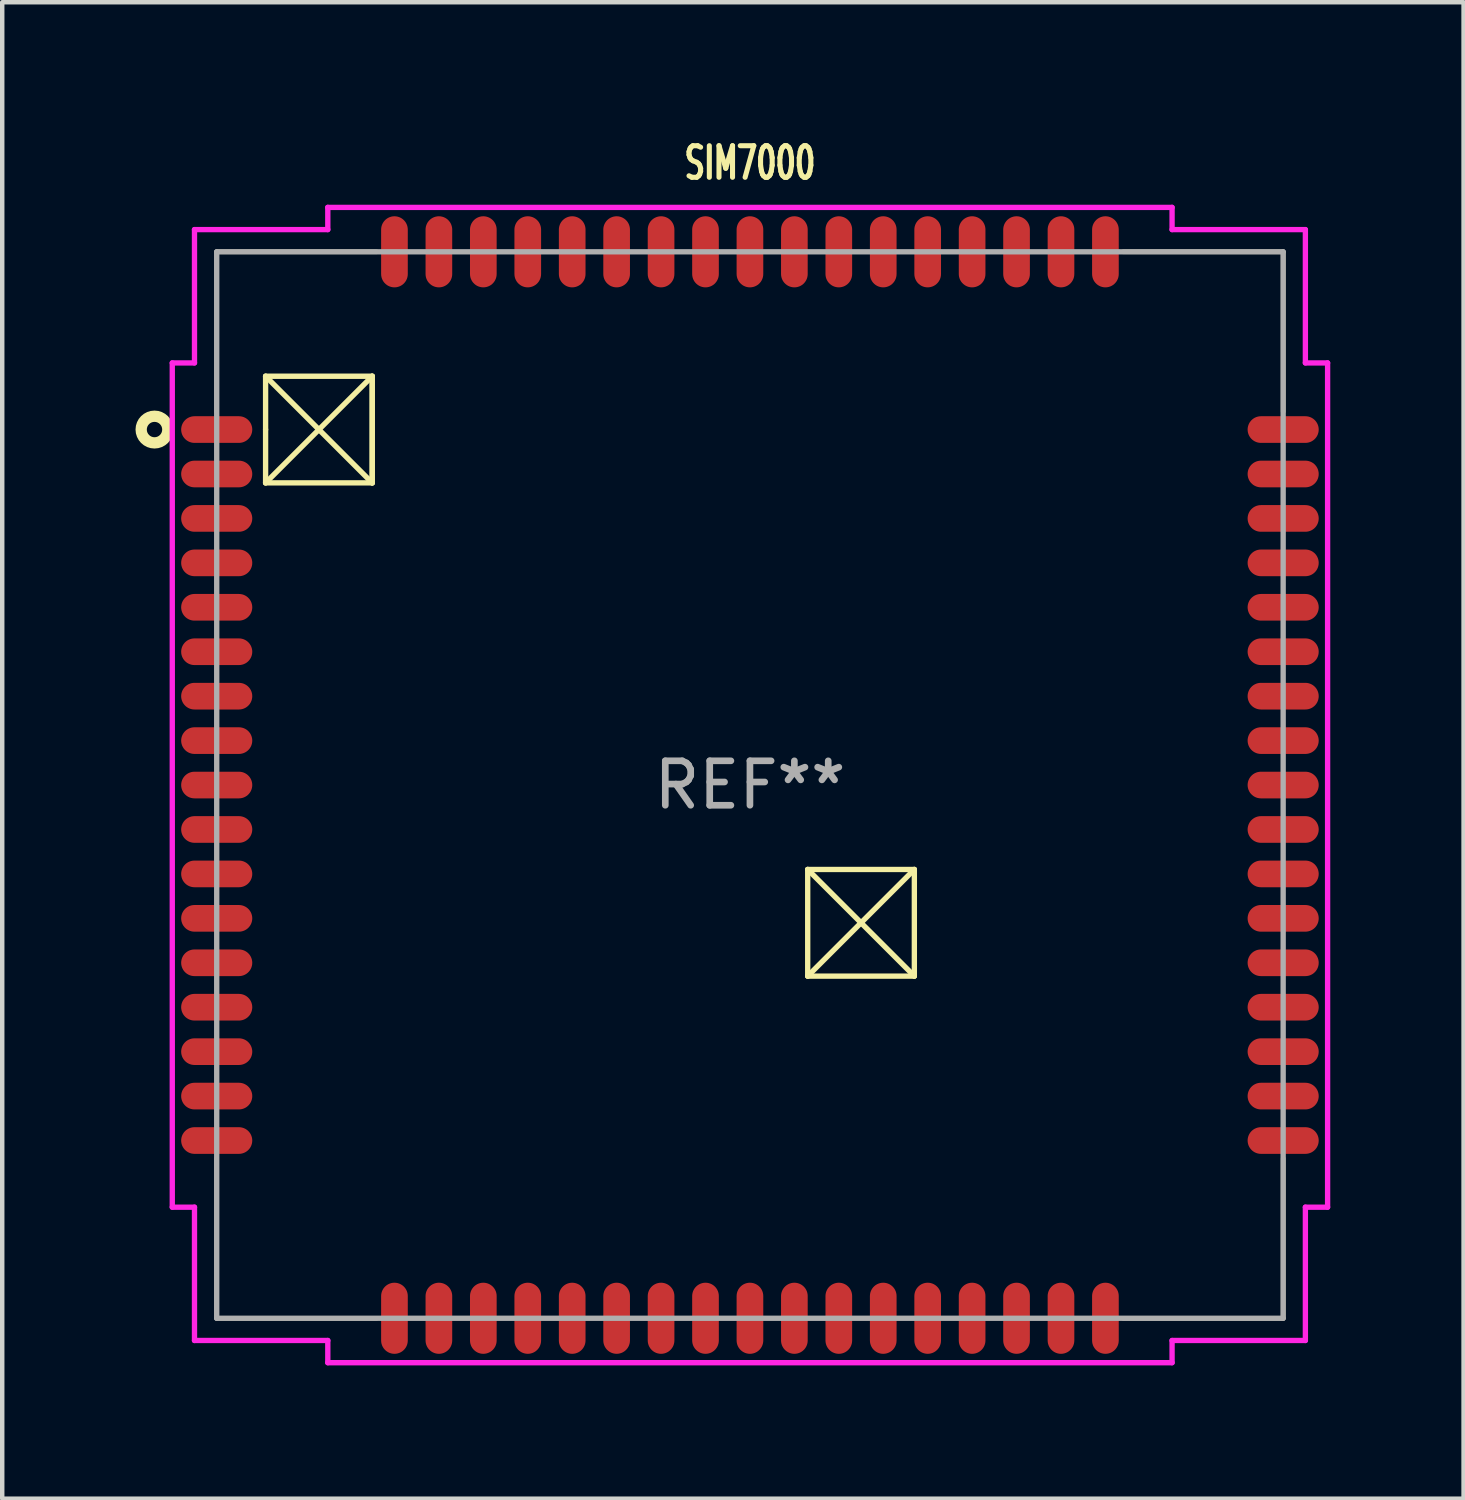
<source format=kicad_pcb>
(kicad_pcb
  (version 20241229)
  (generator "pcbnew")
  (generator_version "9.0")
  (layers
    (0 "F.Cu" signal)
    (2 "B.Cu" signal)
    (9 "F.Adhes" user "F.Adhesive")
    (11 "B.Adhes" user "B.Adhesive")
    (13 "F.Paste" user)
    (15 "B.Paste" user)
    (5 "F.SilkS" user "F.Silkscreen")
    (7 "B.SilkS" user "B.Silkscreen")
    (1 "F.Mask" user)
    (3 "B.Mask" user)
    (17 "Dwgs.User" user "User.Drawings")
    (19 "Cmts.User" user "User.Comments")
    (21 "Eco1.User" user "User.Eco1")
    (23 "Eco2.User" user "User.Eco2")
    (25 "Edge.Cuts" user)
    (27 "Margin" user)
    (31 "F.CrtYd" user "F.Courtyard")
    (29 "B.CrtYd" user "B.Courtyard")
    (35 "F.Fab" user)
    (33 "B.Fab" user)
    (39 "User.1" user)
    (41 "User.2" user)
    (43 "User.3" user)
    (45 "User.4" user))
  (footprint "SIM7000"
    (layer "F.Cu")
    (at 13.827 14.617)
    (property "Reference" "SIM7000" (at 0 -14 0) (layer "F.SilkS") (effects (font (size 0.711 0.457) (thickness 0.114))))
    (attr through_hole)
    (fp_line (start -12 -12) (end -12 -8.4) (stroke (width 0.102) (type solid)) (layer "F.SilkS"))
    (fp_line (start -12 12) (end -12 8.4) (stroke (width 0.102) (type solid)) (layer "F.SilkS"))
    (fp_line (start -10.9 -9.2) (end -8.5 -9.2) (stroke (width 0.12) (type solid)) (layer "F.SilkS"))
    (fp_line (start -10.9 -9.2) (end -8.5 -6.8) (stroke (width 0.12) (type solid)) (layer "F.SilkS"))
    (fp_line (start -10.9 -8) (end -10.9 -9.2) (stroke (width 0.12) (type solid)) (layer "F.SilkS"))
    (fp_line (start -10.9 -6.8) (end -10.9 -8) (stroke (width 0.12) (type solid)) (layer "F.SilkS"))
    (fp_line (start -8.5 -9.2) (end -10.9 -6.8) (stroke (width 0.12) (type solid)) (layer "F.SilkS"))
    (fp_line (start -8.5 -9.2) (end -8.5 -6.8) (stroke (width 0.12) (type solid)) (layer "F.SilkS"))
    (fp_line (start -8.5 -6.8) (end -10.9 -6.8) (stroke (width 0.12) (type solid)) (layer "F.SilkS"))
    (fp_line (start -8.5 -6.8) (end -8.5 -9.2) (stroke (width 0.12) (type solid)) (layer "F.SilkS"))
    (fp_line (start -8.4 -12) (end -12 -12) (stroke (width 0.102) (type solid)) (layer "F.SilkS"))
    (fp_line (start -8.4 12) (end -12 12) (stroke (width 0.102) (type solid)) (layer "F.SilkS"))
    (fp_line (start 1.3 1.9) (end 3.7 1.9) (stroke (width 0.12) (type solid)) (layer "F.SilkS"))
    (fp_line (start 1.3 1.9) (end 3.7 4.3) (stroke (width 0.12) (type solid)) (layer "F.SilkS"))
    (fp_line (start 1.3 4.3) (end 1.3 1.9) (stroke (width 0.12) (type solid)) (layer "F.SilkS"))
    (fp_line (start 3.7 1.9) (end 1.3 4.3) (stroke (width 0.12) (type solid)) (layer "F.SilkS"))
    (fp_line (start 3.7 1.9) (end 3.7 4.3) (stroke (width 0.12) (type solid)) (layer "F.SilkS"))
    (fp_line (start 3.7 4.3) (end 1.3 4.3) (stroke (width 0.12) (type solid)) (layer "F.SilkS"))
    (fp_line (start 8.4 -12) (end 12 -12) (stroke (width 0.102) (type solid)) (layer "F.SilkS"))
    (fp_line (start 8.4 12) (end 12 12) (stroke (width 0.102) (type solid)) (layer "F.SilkS"))
    (fp_line (start 12 -12) (end 12 -8.4) (stroke (width 0.102) (type solid)) (layer "F.SilkS"))
    (fp_line (start 12 12) (end 12 8.4) (stroke (width 0.102) (type solid)) (layer "F.SilkS"))
    (fp_circle (center -13.4 -8) (end -13.4 -8.3) (stroke (width 0.254) (type solid)) (fill no) (layer "F.SilkS"))
    (fp_line (start -13 -9.5) (end -12.5 -9.5) (stroke (width 0.12) (type solid)) (layer "F.CrtYd"))
    (fp_line (start -13 9.5) (end -13 -9.5) (stroke (width 0.12) (type solid)) (layer "F.CrtYd"))
    (fp_line (start -12.5 -12.5) (end -9.5 -12.5) (stroke (width 0.12) (type solid)) (layer "F.CrtYd"))
    (fp_line (start -12.5 -9.5) (end -12.5 -12.5) (stroke (width 0.12) (type solid)) (layer "F.CrtYd"))
    (fp_line (start -12.5 9.5) (end -13 9.5) (stroke (width 0.12) (type solid)) (layer "F.CrtYd"))
    (fp_line (start -12.5 12.5) (end -12.5 9.5) (stroke (width 0.12) (type solid)) (layer "F.CrtYd"))
    (fp_line (start -9.5 -13) (end 9.5 -13) (stroke (width 0.12) (type solid)) (layer "F.CrtYd"))
    (fp_line (start -9.5 -12.5) (end -9.5 -13) (stroke (width 0.12) (type solid)) (layer "F.CrtYd"))
    (fp_line (start -9.5 12.5) (end -12.5 12.5) (stroke (width 0.12) (type solid)) (layer "F.CrtYd"))
    (fp_line (start -9.5 13) (end -9.5 12.5) (stroke (width 0.12) (type solid)) (layer "F.CrtYd"))
    (fp_line (start 9.5 -13) (end 9.5 -12.5) (stroke (width 0.12) (type solid)) (layer "F.CrtYd"))
    (fp_line (start 9.5 -12.5) (end 12.5 -12.5) (stroke (width 0.12) (type solid)) (layer "F.CrtYd"))
    (fp_line (start 9.5 12.5) (end 9.5 13) (stroke (width 0.12) (type solid)) (layer "F.CrtYd"))
    (fp_line (start 9.5 13) (end -9.5 13) (stroke (width 0.12) (type solid)) (layer "F.CrtYd"))
    (fp_line (start 12.5 -12.5) (end 12.5 -9.5) (stroke (width 0.12) (type solid)) (layer "F.CrtYd"))
    (fp_line (start 12.5 -9.5) (end 13 -9.5) (stroke (width 0.12) (type solid)) (layer "F.CrtYd"))
    (fp_line (start 12.5 9.5) (end 12.5 12.5) (stroke (width 0.12) (type solid)) (layer "F.CrtYd"))
    (fp_line (start 12.5 12.5) (end 9.5 12.5) (stroke (width 0.12) (type solid)) (layer "F.CrtYd"))
    (fp_line (start 13 -9.5) (end 13 9.5) (stroke (width 0.12) (type solid)) (layer "F.CrtYd"))
    (fp_line (start 13 9.5) (end 12.5 9.5) (stroke (width 0.12) (type solid)) (layer "F.CrtYd"))
    (fp_line (start -12 -12) (end 12 -12) (stroke (width 0.12) (type solid)) (layer "F.Fab"))
    (fp_line (start -12 12) (end -12 -12) (stroke (width 0.12) (type solid)) (layer "F.Fab"))
    (fp_line (start 12 -12) (end 12 12) (stroke (width 0.12) (type solid)) (layer "F.Fab"))
    (fp_line (start 12 12) (end -12 12) (stroke (width 0.12) (type solid)) (layer "F.Fab"))
    (fp_text user "REF**" (at 0 0 0) (layer "F.Fab") (effects (font (size 1 1) (thickness 0.15))))
    (pad "1" smd oval (at -12 -8 90) (size 0.6 1.6) (layers "F.Cu" "F.Mask" "F.Paste"))
    (pad "2" smd oval (at -12 -7 90) (size 0.6 1.6) (layers "F.Cu" "F.Mask" "F.Paste"))
    (pad "3" smd oval (at -12 -6 90) (size 0.6 1.6) (layers "F.Cu" "F.Mask" "F.Paste"))
    (pad "4" smd oval (at -12 -5 90) (size 0.6 1.6) (layers "F.Cu" "F.Mask" "F.Paste"))
    (pad "5" smd oval (at -12 -4 90) (size 0.6 1.6) (layers "F.Cu" "F.Mask" "F.Paste"))
    (pad "6" smd oval (at -12 -3 90) (size 0.6 1.6) (layers "F.Cu" "F.Mask" "F.Paste"))
    (pad "7" smd oval (at -12 -2 90) (size 0.6 1.6) (layers "F.Cu" "F.Mask" "F.Paste"))
    (pad "8" smd oval (at -12 -1 90) (size 0.6 1.6) (layers "F.Cu" "F.Mask" "F.Paste"))
    (pad "9" smd oval (at -12 0 90) (size 0.6 1.6) (layers "F.Cu" "F.Mask" "F.Paste"))
    (pad "10" smd oval (at -12 1 90) (size 0.6 1.6) (layers "F.Cu" "F.Mask" "F.Paste"))
    (pad "11" smd oval (at -12 2 90) (size 0.6 1.6) (layers "F.Cu" "F.Mask" "F.Paste"))
    (pad "12" smd oval (at -12 3 90) (size 0.6 1.6) (layers "F.Cu" "F.Mask" "F.Paste"))
    (pad "13" smd oval (at -12 4 90) (size 0.6 1.6) (layers "F.Cu" "F.Mask" "F.Paste"))
    (pad "14" smd oval (at -12 5 90) (size 0.6 1.6) (layers "F.Cu" "F.Mask" "F.Paste"))
    (pad "15" smd oval (at -12 6 90) (size 0.6 1.6) (layers "F.Cu" "F.Mask" "F.Paste"))
    (pad "16" smd oval (at -12 7 90) (size 0.6 1.6) (layers "F.Cu" "F.Mask" "F.Paste"))
    (pad "17" smd oval (at -12 8 90) (size 0.6 1.6) (layers "F.Cu" "F.Mask" "F.Paste"))
    (pad "18" smd oval (at -8 12) (size 0.6 1.6) (layers "F.Cu" "F.Mask" "F.Paste"))
    (pad "19" smd oval (at -7 12) (size 0.6 1.6) (layers "F.Cu" "F.Mask" "F.Paste"))
    (pad "20" smd oval (at -6 12) (size 0.6 1.6) (layers "F.Cu" "F.Mask" "F.Paste"))
    (pad "21" smd oval (at -5 12) (size 0.6 1.6) (layers "F.Cu" "F.Mask" "F.Paste"))
    (pad "22" smd oval (at -4 12) (size 0.6 1.6) (layers "F.Cu" "F.Mask" "F.Paste"))
    (pad "23" smd oval (at -3 12) (size 0.6 1.6) (layers "F.Cu" "F.Mask" "F.Paste"))
    (pad "24" smd oval (at -2 12) (size 0.6 1.6) (layers "F.Cu" "F.Mask" "F.Paste"))
    (pad "25" smd oval (at -1 12) (size 0.6 1.6) (layers "F.Cu" "F.Mask" "F.Paste"))
    (pad "26" smd oval (at 0 12) (size 0.6 1.6) (layers "F.Cu" "F.Mask" "F.Paste"))
    (pad "27" smd oval (at 1 12) (size 0.6 1.6) (layers "F.Cu" "F.Mask" "F.Paste"))
    (pad "28" smd oval (at 2 12) (size 0.6 1.6) (layers "F.Cu" "F.Mask" "F.Paste"))
    (pad "29" smd oval (at 3 12) (size 0.6 1.6) (layers "F.Cu" "F.Mask" "F.Paste"))
    (pad "30" smd oval (at 4 12) (size 0.6 1.6) (layers "F.Cu" "F.Mask" "F.Paste"))
    (pad "31" smd oval (at 5 12) (size 0.6 1.6) (layers "F.Cu" "F.Mask" "F.Paste"))
    (pad "32" smd oval (at 6 12) (size 0.6 1.6) (layers "F.Cu" "F.Mask" "F.Paste"))
    (pad "33" smd oval (at 7 12) (size 0.6 1.6) (layers "F.Cu" "F.Mask" "F.Paste"))
    (pad "34" smd oval (at 8 12) (size 0.6 1.6) (layers "F.Cu" "F.Mask" "F.Paste"))
    (pad "35" smd oval (at 12 8 90) (size 0.6 1.6) (layers "F.Cu" "F.Mask" "F.Paste"))
    (pad "36" smd oval (at 12 7 90) (size 0.6 1.6) (layers "F.Cu" "F.Mask" "F.Paste"))
    (pad "37" smd oval (at 12 6 90) (size 0.6 1.6) (layers "F.Cu" "F.Mask" "F.Paste"))
    (pad "38" smd oval (at 12 5 90) (size 0.6 1.6) (layers "F.Cu" "F.Mask" "F.Paste"))
    (pad "39" smd oval (at 12 4 90) (size 0.6 1.6) (layers "F.Cu" "F.Mask" "F.Paste"))
    (pad "40" smd oval (at 12 3 90) (size 0.6 1.6) (layers "F.Cu" "F.Mask" "F.Paste"))
    (pad "41" smd oval (at 12 2 90) (size 0.6 1.6) (layers "F.Cu" "F.Mask" "F.Paste"))
    (pad "42" smd oval (at 12 1 90) (size 0.6 1.6) (layers "F.Cu" "F.Mask" "F.Paste"))
    (pad "43" smd oval (at 12 0 90) (size 0.6 1.6) (layers "F.Cu" "F.Mask" "F.Paste"))
    (pad "44" smd oval (at 12 -1 90) (size 0.6 1.6) (layers "F.Cu" "F.Mask" "F.Paste"))
    (pad "45" smd oval (at 12 -2 90) (size 0.6 1.6) (layers "F.Cu" "F.Mask" "F.Paste"))
    (pad "46" smd oval (at 12 -3 90) (size 0.6 1.6) (layers "F.Cu" "F.Mask" "F.Paste"))
    (pad "47" smd oval (at 12 -4 90) (size 0.6 1.6) (layers "F.Cu" "F.Mask" "F.Paste"))
    (pad "48" smd oval (at 12 -5 90) (size 0.6 1.6) (layers "F.Cu" "F.Mask" "F.Paste"))
    (pad "49" smd oval (at 12 -6 90) (size 0.6 1.6) (layers "F.Cu" "F.Mask" "F.Paste"))
    (pad "50" smd oval (at 12 -7 90) (size 0.6 1.6) (layers "F.Cu" "F.Mask" "F.Paste"))
    (pad "51" smd oval (at 12 -8 90) (size 0.6 1.6) (layers "F.Cu" "F.Mask" "F.Paste"))
    (pad "52" smd oval (at 8 -12) (size 0.6 1.6) (layers "F.Cu" "F.Mask" "F.Paste"))
    (pad "53" smd oval (at 7 -12) (size 0.6 1.6) (layers "F.Cu" "F.Mask" "F.Paste"))
    (pad "54" smd oval (at 6 -12) (size 0.6 1.6) (layers "F.Cu" "F.Mask" "F.Paste"))
    (pad "55" smd oval (at 5 -12) (size 0.6 1.6) (layers "F.Cu" "F.Mask" "F.Paste"))
    (pad "56" smd oval (at 4 -12) (size 0.6 1.6) (layers "F.Cu" "F.Mask" "F.Paste"))
    (pad "57" smd oval (at 3 -12) (size 0.6 1.6) (layers "F.Cu" "F.Mask" "F.Paste"))
    (pad "58" smd oval (at 2 -12) (size 0.6 1.6) (layers "F.Cu" "F.Mask" "F.Paste"))
    (pad "59" smd oval (at 1 -12) (size 0.6 1.6) (layers "F.Cu" "F.Mask" "F.Paste"))
    (pad "60" smd oval (at 0 -12) (size 0.6 1.6) (layers "F.Cu" "F.Mask" "F.Paste"))
    (pad "61" smd oval (at -1 -12) (size 0.6 1.6) (layers "F.Cu" "F.Mask" "F.Paste"))
    (pad "62" smd oval (at -2 -12) (size 0.6 1.6) (layers "F.Cu" "F.Mask" "F.Paste"))
    (pad "63" smd oval (at -3 -12) (size 0.6 1.6) (layers "F.Cu" "F.Mask" "F.Paste"))
    (pad "64" smd oval (at -4 -12) (size 0.6 1.6) (layers "F.Cu" "F.Mask" "F.Paste"))
    (pad "65" smd oval (at -5 -12) (size 0.6 1.6) (layers "F.Cu" "F.Mask" "F.Paste"))
    (pad "66" smd oval (at -6 -12) (size 0.6 1.6) (layers "F.Cu" "F.Mask" "F.Paste"))
    (pad "67" smd oval (at -7 -12) (size 0.6 1.6) (layers "F.Cu" "F.Mask" "F.Paste"))
    (pad "68" smd oval (at -8 -12) (size 0.6 1.6) (layers "F.Cu" "F.Mask" "F.Paste")))
  (gr_rect
    (start -3 -3)
    (end 29.887 30.677)
    (stroke (width 0.1) (type default))
    (fill no)
    (layer "Edge.Cuts")))
</source>
